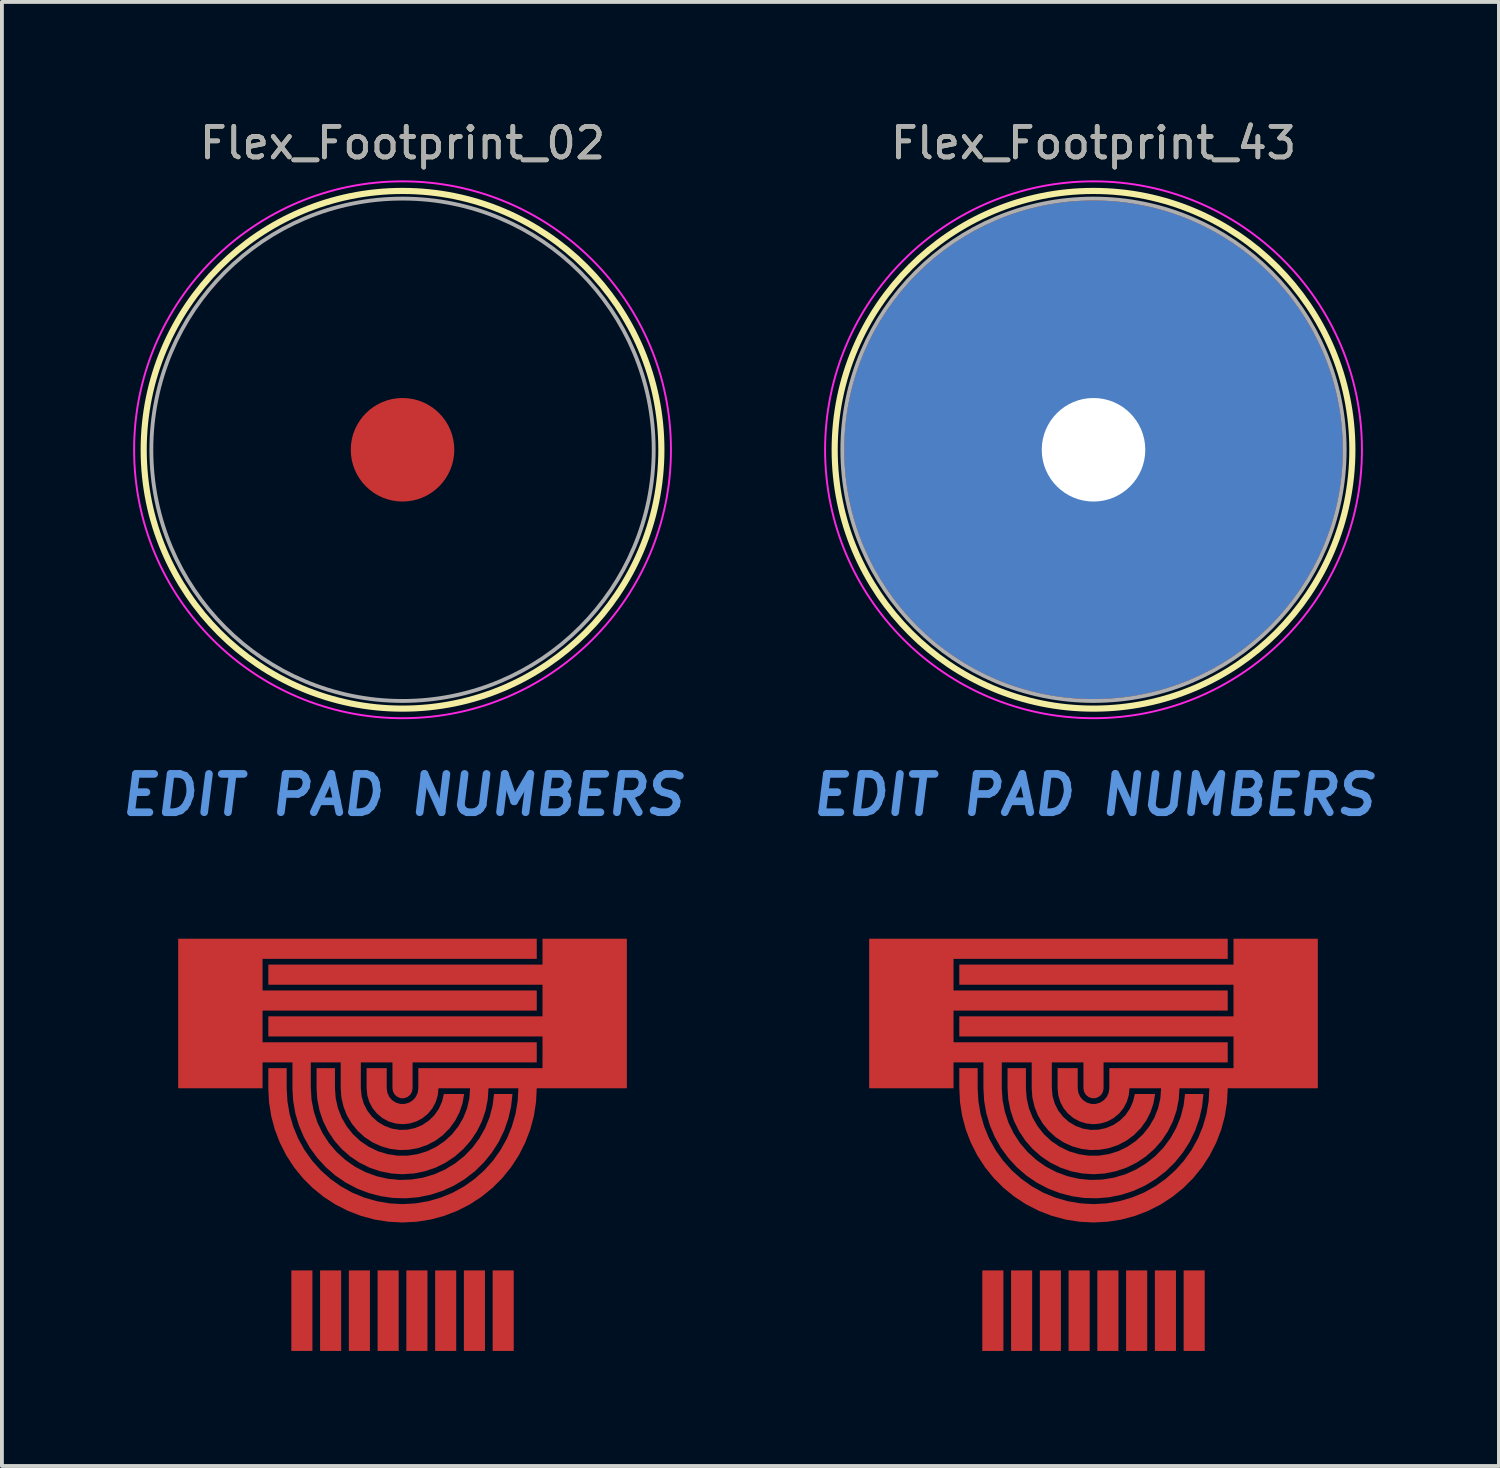
<source format=kicad_pcb>
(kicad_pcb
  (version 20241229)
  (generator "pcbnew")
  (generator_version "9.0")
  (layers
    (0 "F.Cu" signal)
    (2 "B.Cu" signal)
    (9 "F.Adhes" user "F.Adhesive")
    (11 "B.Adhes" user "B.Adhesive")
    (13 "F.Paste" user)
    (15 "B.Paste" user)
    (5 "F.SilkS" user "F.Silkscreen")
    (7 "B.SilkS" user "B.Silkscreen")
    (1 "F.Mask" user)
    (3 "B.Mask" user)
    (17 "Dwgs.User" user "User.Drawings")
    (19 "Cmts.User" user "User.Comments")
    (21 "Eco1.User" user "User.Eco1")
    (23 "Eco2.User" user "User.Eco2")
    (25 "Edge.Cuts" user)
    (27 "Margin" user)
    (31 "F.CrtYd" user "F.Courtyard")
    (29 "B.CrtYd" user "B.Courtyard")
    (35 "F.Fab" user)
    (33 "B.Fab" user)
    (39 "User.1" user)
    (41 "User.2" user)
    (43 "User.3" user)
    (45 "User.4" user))
  (footprint "Flex_Footprint_02"
    (layer "F.Cu")
    (at 7.447 8.679)
    (property "Reference" "Flex_Footprint_02" (at 0 -8 0) (layer "F.SilkS") (effects (font (size 0.8 0.8) (thickness 0.12))))
    (attr smd)
    (fp_circle (center 0 0) (end -6.75 0) (stroke (width 0.16) (type solid)) (fill no) (layer "F.SilkS"))
    (fp_circle (center 0 0) (end -7 0) (stroke (width 0.05) (type solid)) (fill no) (layer "F.CrtYd"))
    (fp_circle (center 0 0) (end -6.55 0) (stroke (width 0.1) (type solid)) (fill no) (layer "F.Fab"))
    (fp_text user "EDIT PAD NUMBERS" (at 0 9 0) (layer "Cmts.User") (effects (font (size 1 1) (thickness 0.2) (italic yes))))
    (fp_text user "${REFERENCE}" (at 0 -8 0) (layer "F.Fab") (effects (font (size 0.8 0.8) (thickness 0.12))))
    (pad "#" smd custom (at -4.85 13.75) (size 0.2 0.2) (layers "F.Cu" "F.Mask") (options (anchor circle)) (primitives (gr_poly (pts (xy 8.35 -0.475) (xy 1.2 -0.475) (xy 1.2 0.35) (xy 8.35 0.35) (xy 8.35 0.875) (xy 1.2 0.875) (xy 1.2 1.7) (xy 8.35 1.7) (xy 8.35 2.225) (xy 5.112 2.225) (xy 5.112 2.9) (xy 5.097 2.99) (xy 5.051 3.069) (xy 4.981 3.127) (xy 4.896 3.159) (xy 4.804 3.159) (xy 4.719 3.127) (xy 4.649 3.069) (xy 4.603 2.99) (xy 4.587 2.9) (xy 4.587 2.225) (xy 3.763 2.225) (xy 3.763 2.9) (xy 3.782 3.103) (xy 3.838 3.299) (xy 3.93 3.481) (xy 4.055 3.642) (xy 4.207 3.777) (xy 4.382 3.882) (xy 4.574 3.952) (xy 4.775 3.985) (xy 4.979 3.98) (xy 5.178 3.937) (xy 5.366 3.858) (xy 5.535 3.745) (xy 5.681 3.602) (xy 5.797 3.434) (xy 5.88 3.248) (xy 5.927 3.05) (xy 6.456 3.05) (xy 6.414 3.292) (xy 6.336 3.525) (xy 6.224 3.743) (xy 6.08 3.942) (xy 5.908 4.117) (xy 5.711 4.264) (xy 5.494 4.378) (xy 5.262 4.459) (xy 5.02 4.503) (xy 4.775 4.511) (xy 4.531 4.481) (xy 4.295 4.414) (xy 4.071 4.312) (xy 3.866 4.178) (xy 3.684 4.013) (xy 3.528 3.823) (xy 3.403 3.612) (xy 3.312 3.384) (xy 3.256 3.145) (xy 3.238 2.9) (xy 3.238 2.225) (xy 2.458 2.225) (xy 2.458 2.9) (xy 2.478 3.206) (xy 2.537 3.507) (xy 2.633 3.798) (xy 2.766 4.074) (xy 2.934 4.331) (xy 3.133 4.564) (xy 3.36 4.77) (xy 3.611 4.946) (xy 3.883 5.087) (xy 4.171 5.193) (xy 4.47 5.261) (xy 4.775 5.29) (xy 5.081 5.28) (xy 5.384 5.231) (xy 5.678 5.144) (xy 5.958 5.019) (xy 6.22 4.86) (xy 6.46 4.669) (xy 6.673 4.448) (xy 6.856 4.202) (xy 7.006 3.935) (xy 7.121 3.651) (xy 7.198 3.354) (xy 7.237 3.05) (xy 7.717 3.05) (xy 7.681 3.376) (xy 7.608 3.696) (xy 7.499 4.006) (xy 7.356 4.301) (xy 7.179 4.578) (xy 6.972 4.833) (xy 6.738 5.063) (xy 6.478 5.264) (xy 6.198 5.435) (xy 5.9 5.572) (xy 5.588 5.674) (xy 5.266 5.741) (xy 4.939 5.769) (xy 4.611 5.761) (xy 4.286 5.715) (xy 3.968 5.632) (xy 3.662 5.514) (xy 3.371 5.361) (xy 3.1 5.176) (xy 2.852 4.961) (xy 2.63 4.72) (xy 2.436 4.454) (xy 2.275 4.169) (xy 2.147 3.866) (xy 2.054 3.551) (xy 1.998 3.228) (xy 1.979 2.9) (xy 1.979 2.225) (xy 1.2 2.225) (xy 1.2 2.9) (xy -1 2.9) (xy -1 -1) (xy 8.35 -1)) (width 0) (fill yes))))
    (pad "#" smd custom (at -2.625 22.45) (size 0.2 0.2) (layers "F.Cu" "F.Mask") (options (anchor circle)) (primitives (gr_poly (pts (xy -0.275 -1.05) (xy -0.275 1.05) (xy 0.275 1.05) (xy 0.275 -1.05)) (width 0) (fill yes))))
    (pad "#" smd custom (at -1.875 22.45) (size 0.2 0.2) (layers "F.Cu" "F.Mask") (options (anchor circle)) (primitives (gr_poly (pts (xy 0.275 -1.05) (xy 0.275 1.05) (xy -0.275 1.05) (xy -0.275 -1.05)) (width 0) (fill yes))))
    (pad "#" smd custom (at -1.125 22.45) (size 0.2 0.2) (layers "F.Cu" "F.Mask") (options (anchor circle)) (primitives (gr_poly (pts (xy 0.275 -1.05) (xy 0.275 1.05) (xy -0.275 1.05) (xy -0.275 -1.05)) (width 0) (fill yes))))
    (pad "#" smd custom (at -0.375 22.45) (size 0.2 0.2) (layers "F.Cu" "F.Mask") (options (anchor circle)) (primitives (gr_poly (pts (xy 0.275 1.05) (xy -0.275 1.05) (xy -0.275 -1.05) (xy 0.275 -1.05)) (width 0) (fill yes))))
    (pad "#" smd circle (at 0 0) (size 2.7 2.7) (layers "F.Cu" "F.Mask" "F.Paste"))
    (pad "#" smd custom (at 0.375 22.45) (size 0.2 0.2) (layers "F.Cu" "F.Mask") (options (anchor circle)) (primitives (gr_poly (pts (xy 0.275 -1.05) (xy 0.275 1.05) (xy -0.275 1.05) (xy -0.275 -1.05)) (width 0) (fill yes))))
    (pad "#" smd custom (at 1.125 22.45) (size 0.2 0.2) (layers "F.Cu" "F.Mask") (options (anchor circle)) (primitives (gr_poly (pts (xy 0.275 -1.05) (xy 0.275 1.05) (xy -0.275 1.05) (xy -0.275 -1.05)) (width 0) (fill yes))))
    (pad "#" smd custom (at 1.875 22.45) (size 0.2 0.2) (layers "F.Cu" "F.Mask") (options (anchor circle)) (primitives (gr_poly (pts (xy 0.275 -1.05) (xy 0.275 1.05) (xy -0.275 1.05) (xy -0.275 -1.05)) (width 0) (fill yes))))
    (pad "#" smd custom (at 2.625 22.45) (size 0.2 0.2) (layers "F.Cu" "F.Mask") (options (anchor circle)) (primitives (gr_poly (pts (xy 0.275 -1.05) (xy 0.275 1.05) (xy -0.275 1.05) (xy -0.275 -1.05)) (width 0) (fill yes))))
    (pad "#" smd custom (at 4.85 13.75) (size 0.2 0.2) (layers "F.Cu" "F.Mask") (options (anchor circle)) (primitives (gr_poly (pts (xy -8.331 3.266) (xy -8.274 3.628) (xy -8.179 3.982) (xy -8.047 4.324) (xy -7.881 4.65) (xy -7.682 4.957) (xy -7.451 5.242) (xy -7.192 5.501) (xy -6.907 5.732) (xy -6.6 5.931) (xy -6.274 6.097) (xy -5.932 6.229) (xy -5.578 6.324) (xy -5.216 6.381) (xy -4.85 6.4) (xy -4.484 6.381) (xy -4.122 6.324) (xy -3.768 6.229) (xy -3.426 6.097) (xy -3.1 5.931) (xy -2.793 5.732) (xy -2.508 5.501) (xy -2.249 5.242) (xy -2.018 4.957) (xy -1.819 4.65) (xy -1.653 4.324) (xy -1.521 3.982) (xy -1.426 3.628) (xy -1.369 3.266) (xy -1.35 2.9) (xy 1 2.9) (xy 1 -1) (xy -1.2 -1) (xy -1.2 -0.325) (xy -8.35 -0.325) (xy -8.35 0.2) (xy -1.2 0.2) (xy -1.2 1.025) (xy -8.35 1.025) (xy -8.35 1.55) (xy -1.2 1.55) (xy -1.2 2.375) (xy -4.438 2.375) (xy -4.438 2.9) (xy -4.454 3.016) (xy -4.503 3.123) (xy -4.58 3.212) (xy -4.679 3.275) (xy -4.791 3.308) (xy -4.909 3.308) (xy -5.021 3.275) (xy -5.12 3.212) (xy -5.197 3.123) (xy -5.246 3.016) (xy -5.262 2.9) (xy -5.262 2.375) (xy -5.787 2.375) (xy -5.787 2.9) (xy -5.769 3.083) (xy -5.716 3.259) (xy -5.63 3.421) (xy -5.513 3.563) (xy -5.371 3.68) (xy -5.209 3.766) (xy -5.033 3.819) (xy -4.85 3.837) (xy -4.667 3.819) (xy -4.491 3.766) (xy -4.329 3.68) (xy -4.187 3.563) (xy -4.07 3.421) (xy -3.984 3.259) (xy -3.931 3.083) (xy -3.912 2.9) (xy -3.088 2.9) (xy -3.107 3.163) (xy -3.166 3.42) (xy -3.262 3.665) (xy -3.394 3.893) (xy -3.558 4.099) (xy -3.751 4.278) (xy -3.969 4.426) (xy -4.206 4.541) (xy -4.458 4.618) (xy -4.718 4.658) (xy -4.982 4.658) (xy -5.242 4.618) (xy -5.494 4.541) (xy -5.731 4.426) (xy -5.949 4.278) (xy -6.142 4.099) (xy -6.306 3.893) (xy -6.438 3.665) (xy -6.534 3.42) (xy -6.593 3.163) (xy -6.612 2.9) (xy -6.612 2.375) (xy -7.092 2.375) (xy -7.092 2.9) (xy -7.072 3.193) (xy -7.015 3.48) (xy -6.921 3.758) (xy -6.791 4.021) (xy -6.628 4.265) (xy -6.435 4.485) (xy -6.215 4.678) (xy -5.971 4.841) (xy -5.708 4.971) (xy -5.43 5.065) (xy -5.143 5.122) (xy -4.85 5.142) (xy -4.557 5.122) (xy -4.27 5.065) (xy -3.992 4.971) (xy -3.729 4.841) (xy -3.485 4.678) (xy -3.265 4.485) (xy -3.072 4.265) (xy -2.909 4.021) (xy -2.779 3.758) (xy -2.685 3.48) (xy -2.628 3.193) (xy -2.608 2.9) (xy -1.829 2.9) (xy -1.848 3.238) (xy -1.905 3.572) (xy -1.999 3.898) (xy -2.128 4.211) (xy -2.292 4.507) (xy -2.488 4.783) (xy -2.714 5.036) (xy -2.967 5.262) (xy -3.243 5.458) (xy -3.539 5.622) (xy -3.852 5.751) (xy -4.178 5.845) (xy -4.512 5.902) (xy -4.85 5.921) (xy -5.188 5.902) (xy -5.522 5.845) (xy -5.848 5.751) (xy -6.161 5.622) (xy -6.457 5.458) (xy -6.733 5.262) (xy -6.986 5.036) (xy -7.212 4.783) (xy -7.408 4.507) (xy -7.572 4.211) (xy -7.701 3.898) (xy -7.795 3.572) (xy -7.852 3.238) (xy -7.871 2.9) (xy -7.871 2.375) (xy -8.35 2.375) (xy -8.35 2.9)) (width 0) (fill yes)))))
  (footprint "Flex_Footprint_43"
    (layer "F.Cu")
    (at 25.466 8.679)
    (property "Reference" "Flex_Footprint_43" (at 0 -8 0) (layer "F.SilkS") (effects (font (size 0.8 0.8) (thickness 0.12))))
    (attr through_hole)
    (fp_circle (center 0 0) (end -6.75 0) (stroke (width 0.16) (type solid)) (fill no) (layer "F.SilkS"))
    (fp_circle (center 0 0) (end -7 0) (stroke (width 0.05) (type solid)) (fill no) (layer "F.CrtYd"))
    (fp_circle (center 0 0) (end -6.55 0) (stroke (width 0.1) (type solid)) (fill no) (layer "F.Fab"))
    (fp_text user "EDIT PAD NUMBERS" (at 0 9 0) (layer "Cmts.User") (effects (font (size 1 1) (thickness 0.2) (italic yes))))
    (fp_text user "${REFERENCE}" (at 0 -8 0) (layer "F.Fab") (effects (font (size 0.8 0.8) (thickness 0.12))))
    (pad "#" smd custom (at -4.85 13.75) (size 0.2 0.2) (layers "F.Cu" "F.Mask") (options (anchor circle)) (primitives (gr_poly (pts (xy 8.35 -0.475) (xy 1.2 -0.475) (xy 1.2 0.35) (xy 8.35 0.35) (xy 8.35 0.875) (xy 1.2 0.875) (xy 1.2 1.7) (xy 8.35 1.7) (xy 8.35 2.225) (xy 5.112 2.225) (xy 5.112 2.9) (xy 5.097 2.99) (xy 5.051 3.069) (xy 4.981 3.127) (xy 4.896 3.159) (xy 4.804 3.159) (xy 4.719 3.127) (xy 4.649 3.069) (xy 4.603 2.99) (xy 4.587 2.9) (xy 4.587 2.225) (xy 3.763 2.225) (xy 3.763 2.9) (xy 3.782 3.103) (xy 3.838 3.299) (xy 3.93 3.481) (xy 4.055 3.642) (xy 4.207 3.777) (xy 4.382 3.882) (xy 4.574 3.952) (xy 4.775 3.985) (xy 4.979 3.98) (xy 5.178 3.937) (xy 5.366 3.858) (xy 5.535 3.745) (xy 5.681 3.602) (xy 5.797 3.434) (xy 5.88 3.248) (xy 5.927 3.05) (xy 6.456 3.05) (xy 6.414 3.292) (xy 6.336 3.525) (xy 6.224 3.743) (xy 6.08 3.942) (xy 5.908 4.117) (xy 5.711 4.264) (xy 5.494 4.378) (xy 5.262 4.459) (xy 5.02 4.503) (xy 4.775 4.511) (xy 4.531 4.481) (xy 4.295 4.414) (xy 4.071 4.312) (xy 3.866 4.178) (xy 3.684 4.013) (xy 3.528 3.823) (xy 3.403 3.612) (xy 3.312 3.384) (xy 3.256 3.145) (xy 3.238 2.9) (xy 3.238 2.225) (xy 2.458 2.225) (xy 2.458 2.9) (xy 2.478 3.206) (xy 2.537 3.507) (xy 2.633 3.798) (xy 2.766 4.074) (xy 2.934 4.331) (xy 3.133 4.564) (xy 3.36 4.77) (xy 3.611 4.946) (xy 3.883 5.087) (xy 4.171 5.193) (xy 4.47 5.261) (xy 4.775 5.29) (xy 5.081 5.28) (xy 5.384 5.231) (xy 5.678 5.144) (xy 5.958 5.019) (xy 6.22 4.86) (xy 6.46 4.669) (xy 6.673 4.448) (xy 6.856 4.202) (xy 7.006 3.935) (xy 7.121 3.651) (xy 7.198 3.354) (xy 7.237 3.05) (xy 7.717 3.05) (xy 7.681 3.376) (xy 7.608 3.696) (xy 7.499 4.006) (xy 7.356 4.301) (xy 7.179 4.578) (xy 6.972 4.833) (xy 6.738 5.063) (xy 6.478 5.264) (xy 6.198 5.435) (xy 5.9 5.572) (xy 5.588 5.674) (xy 5.266 5.741) (xy 4.939 5.769) (xy 4.611 5.761) (xy 4.286 5.715) (xy 3.968 5.632) (xy 3.662 5.514) (xy 3.371 5.361) (xy 3.1 5.176) (xy 2.852 4.961) (xy 2.63 4.72) (xy 2.436 4.454) (xy 2.275 4.169) (xy 2.147 3.866) (xy 2.054 3.551) (xy 1.998 3.228) (xy 1.979 2.9) (xy 1.979 2.225) (xy 1.2 2.225) (xy 1.2 2.9) (xy -1 2.9) (xy -1 -1) (xy 8.35 -1)) (width 0) (fill yes))))
    (pad "#" smd custom (at -2.625 22.45) (size 0.2 0.2) (layers "F.Cu" "F.Mask") (options (anchor circle)) (primitives (gr_poly (pts (xy -0.275 -1.05) (xy -0.275 1.05) (xy 0.275 1.05) (xy 0.275 -1.05)) (width 0) (fill yes))))
    (pad "#" smd custom (at -1.875 22.45) (size 0.2 0.2) (layers "F.Cu" "F.Mask") (options (anchor circle)) (primitives (gr_poly (pts (xy 0.275 -1.05) (xy 0.275 1.05) (xy -0.275 1.05) (xy -0.275 -1.05)) (width 0) (fill yes))))
    (pad "#" smd custom (at -1.125 22.45) (size 0.2 0.2) (layers "F.Cu" "F.Mask") (options (anchor circle)) (primitives (gr_poly (pts (xy 0.275 -1.05) (xy 0.275 1.05) (xy -0.275 1.05) (xy -0.275 -1.05)) (width 0) (fill yes))))
    (pad "#" smd custom (at -0.375 22.45) (size 0.2 0.2) (layers "F.Cu" "F.Mask") (options (anchor circle)) (primitives (gr_poly (pts (xy 0.275 1.05) (xy -0.275 1.05) (xy -0.275 -1.05) (xy 0.275 -1.05)) (width 0) (fill yes))))
    (pad "#" thru_hole circle (at 0 0) (size 13 13) (drill 2.7) (layers "*.Cu" "*.Mask"))
    (pad "#" smd custom (at 0.375 22.45) (size 0.2 0.2) (layers "F.Cu" "F.Mask") (options (anchor circle)) (primitives (gr_poly (pts (xy 0.275 -1.05) (xy 0.275 1.05) (xy -0.275 1.05) (xy -0.275 -1.05)) (width 0) (fill yes))))
    (pad "#" smd custom (at 1.125 22.45) (size 0.2 0.2) (layers "F.Cu" "F.Mask") (options (anchor circle)) (primitives (gr_poly (pts (xy 0.275 -1.05) (xy 0.275 1.05) (xy -0.275 1.05) (xy -0.275 -1.05)) (width 0) (fill yes))))
    (pad "#" smd custom (at 1.875 22.45) (size 0.2 0.2) (layers "F.Cu" "F.Mask") (options (anchor circle)) (primitives (gr_poly (pts (xy 0.275 -1.05) (xy 0.275 1.05) (xy -0.275 1.05) (xy -0.275 -1.05)) (width 0) (fill yes))))
    (pad "#" smd custom (at 2.625 22.45) (size 0.2 0.2) (layers "F.Cu" "F.Mask") (options (anchor circle)) (primitives (gr_poly (pts (xy 0.275 -1.05) (xy 0.275 1.05) (xy -0.275 1.05) (xy -0.275 -1.05)) (width 0) (fill yes))))
    (pad "#" smd custom (at 4.85 13.75) (size 0.2 0.2) (layers "F.Cu" "F.Mask") (options (anchor circle)) (primitives (gr_poly (pts (xy -8.331 3.266) (xy -8.274 3.628) (xy -8.179 3.982) (xy -8.047 4.324) (xy -7.881 4.65) (xy -7.682 4.957) (xy -7.451 5.242) (xy -7.192 5.501) (xy -6.907 5.732) (xy -6.6 5.931) (xy -6.274 6.097) (xy -5.932 6.229) (xy -5.578 6.324) (xy -5.216 6.381) (xy -4.85 6.4) (xy -4.484 6.381) (xy -4.122 6.324) (xy -3.768 6.229) (xy -3.426 6.097) (xy -3.1 5.931) (xy -2.793 5.732) (xy -2.508 5.501) (xy -2.249 5.242) (xy -2.018 4.957) (xy -1.819 4.65) (xy -1.653 4.324) (xy -1.521 3.982) (xy -1.426 3.628) (xy -1.369 3.266) (xy -1.35 2.9) (xy 1 2.9) (xy 1 -1) (xy -1.2 -1) (xy -1.2 -0.325) (xy -8.35 -0.325) (xy -8.35 0.2) (xy -1.2 0.2) (xy -1.2 1.025) (xy -8.35 1.025) (xy -8.35 1.55) (xy -1.2 1.55) (xy -1.2 2.375) (xy -4.438 2.375) (xy -4.438 2.9) (xy -4.454 3.016) (xy -4.503 3.123) (xy -4.58 3.212) (xy -4.679 3.275) (xy -4.791 3.308) (xy -4.909 3.308) (xy -5.021 3.275) (xy -5.12 3.212) (xy -5.197 3.123) (xy -5.246 3.016) (xy -5.262 2.9) (xy -5.262 2.375) (xy -5.787 2.375) (xy -5.787 2.9) (xy -5.769 3.083) (xy -5.716 3.259) (xy -5.63 3.421) (xy -5.513 3.563) (xy -5.371 3.68) (xy -5.209 3.766) (xy -5.033 3.819) (xy -4.85 3.837) (xy -4.667 3.819) (xy -4.491 3.766) (xy -4.329 3.68) (xy -4.187 3.563) (xy -4.07 3.421) (xy -3.984 3.259) (xy -3.931 3.083) (xy -3.912 2.9) (xy -3.088 2.9) (xy -3.107 3.163) (xy -3.166 3.42) (xy -3.262 3.665) (xy -3.394 3.893) (xy -3.558 4.099) (xy -3.751 4.278) (xy -3.969 4.426) (xy -4.206 4.541) (xy -4.458 4.618) (xy -4.718 4.658) (xy -4.982 4.658) (xy -5.242 4.618) (xy -5.494 4.541) (xy -5.731 4.426) (xy -5.949 4.278) (xy -6.142 4.099) (xy -6.306 3.893) (xy -6.438 3.665) (xy -6.534 3.42) (xy -6.593 3.163) (xy -6.612 2.9) (xy -6.612 2.375) (xy -7.092 2.375) (xy -7.092 2.9) (xy -7.072 3.193) (xy -7.015 3.48) (xy -6.921 3.758) (xy -6.791 4.021) (xy -6.628 4.265) (xy -6.435 4.485) (xy -6.215 4.678) (xy -5.971 4.841) (xy -5.708 4.971) (xy -5.43 5.065) (xy -5.143 5.122) (xy -4.85 5.142) (xy -4.557 5.122) (xy -4.27 5.065) (xy -3.992 4.971) (xy -3.729 4.841) (xy -3.485 4.678) (xy -3.265 4.485) (xy -3.072 4.265) (xy -2.909 4.021) (xy -2.779 3.758) (xy -2.685 3.48) (xy -2.628 3.193) (xy -2.608 2.9) (xy -1.829 2.9) (xy -1.848 3.238) (xy -1.905 3.572) (xy -1.999 3.898) (xy -2.128 4.211) (xy -2.292 4.507) (xy -2.488 4.783) (xy -2.714 5.036) (xy -2.967 5.262) (xy -3.243 5.458) (xy -3.539 5.622) (xy -3.852 5.751) (xy -4.178 5.845) (xy -4.512 5.902) (xy -4.85 5.921) (xy -5.188 5.902) (xy -5.522 5.845) (xy -5.848 5.751) (xy -6.161 5.622) (xy -6.457 5.458) (xy -6.733 5.262) (xy -6.986 5.036) (xy -7.212 4.783) (xy -7.408 4.507) (xy -7.572 4.211) (xy -7.701 3.898) (xy -7.795 3.572) (xy -7.852 3.238) (xy -7.871 2.9) (xy -7.871 2.375) (xy -8.35 2.375) (xy -8.35 2.9)) (width 0) (fill yes)))))
  (gr_rect
    (start -3 -3)
    (end 36.038 35.179)
    (stroke (width 0.1) (type default))
    (fill no)
    (layer "Edge.Cuts")))
</source>
